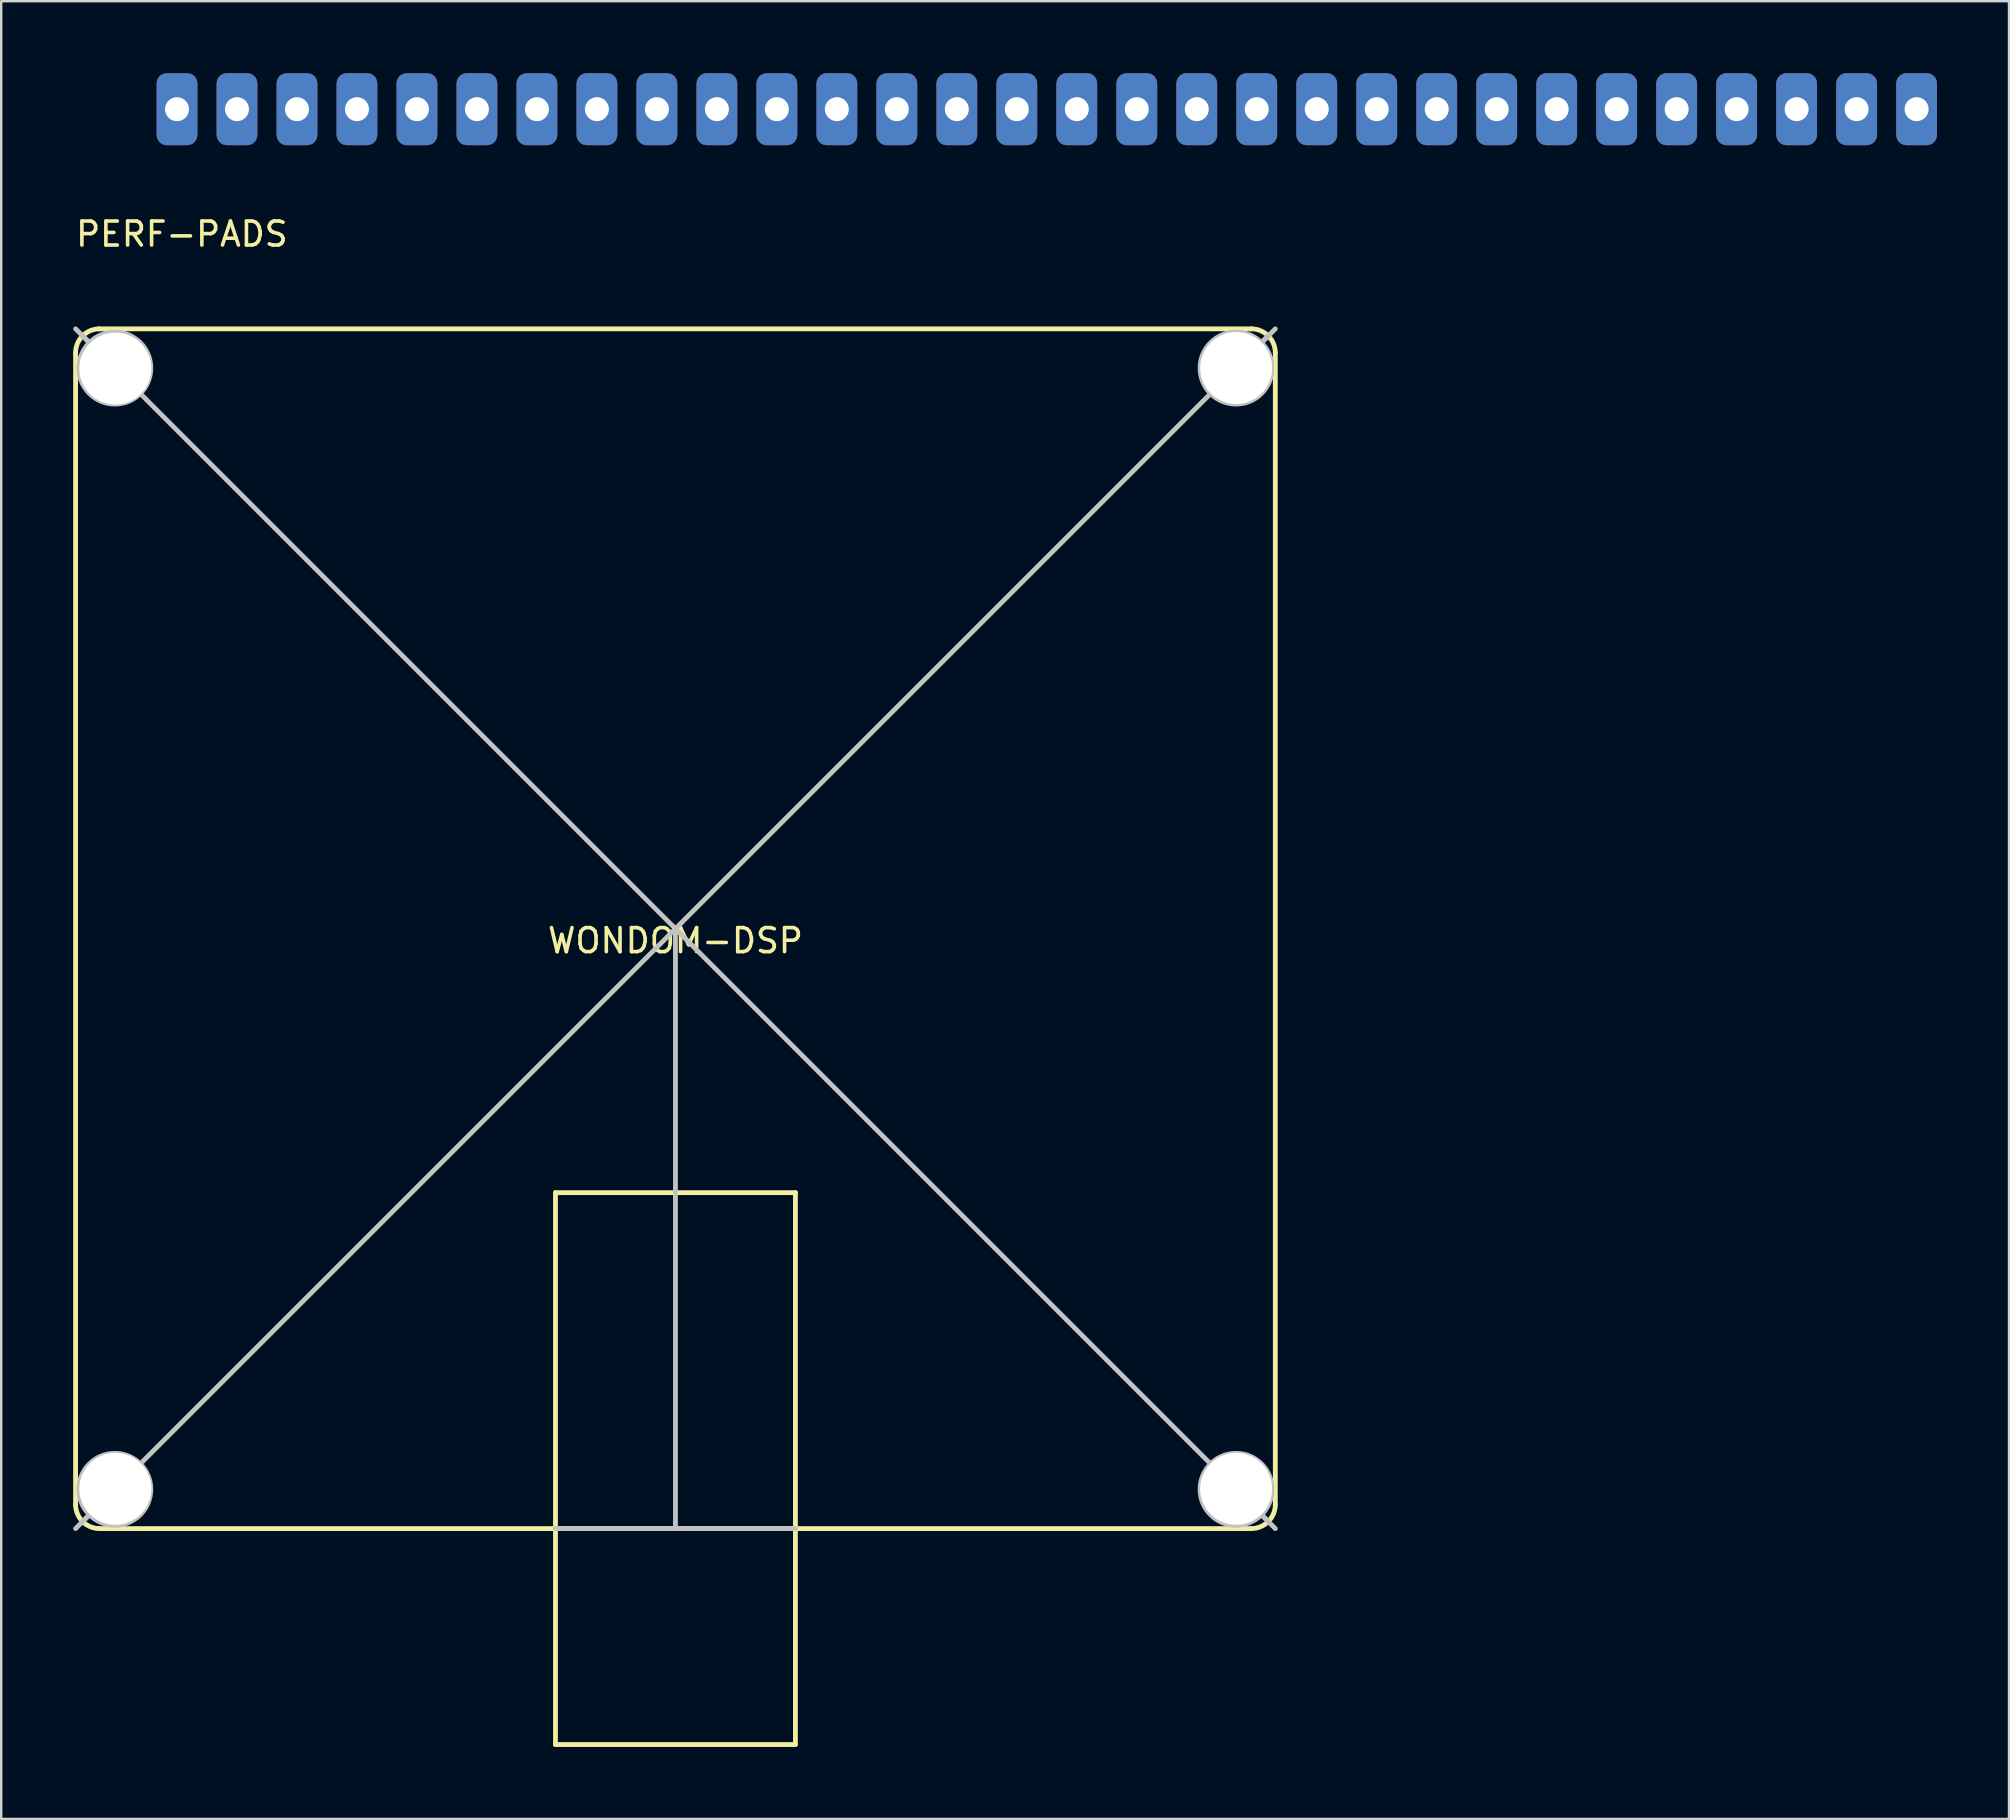
<source format=kicad_pcb>
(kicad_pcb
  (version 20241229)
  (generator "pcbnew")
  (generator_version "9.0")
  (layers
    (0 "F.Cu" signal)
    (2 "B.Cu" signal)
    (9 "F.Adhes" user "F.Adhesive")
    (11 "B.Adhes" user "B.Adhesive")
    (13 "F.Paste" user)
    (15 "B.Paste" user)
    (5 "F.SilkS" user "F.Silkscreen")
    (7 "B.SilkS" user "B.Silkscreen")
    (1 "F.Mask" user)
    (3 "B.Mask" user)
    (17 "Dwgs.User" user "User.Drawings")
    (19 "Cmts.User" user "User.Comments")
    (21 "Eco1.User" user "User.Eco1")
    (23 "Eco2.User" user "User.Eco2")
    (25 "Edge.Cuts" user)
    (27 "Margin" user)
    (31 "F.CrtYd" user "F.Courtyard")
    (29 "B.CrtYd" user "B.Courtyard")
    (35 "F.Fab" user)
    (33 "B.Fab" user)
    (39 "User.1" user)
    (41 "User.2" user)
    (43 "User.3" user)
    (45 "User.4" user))
  (footprint "PERF-PADS"
    (layer "F.Cu")
    (at 4.327 1.5)
    (property "Reference" "PERF-PADS" (at 0.203 5.207 0) (layer "F.SilkS") (effects (font (size 1 1) (thickness 0.15))))
    (attr through_hole)
    (pad "1" thru_hole roundrect (at 0 0) (size 1.7 3) (drill 1) (layers "*.Cu" "*.Mask") (roundrect_rratio 0.25))
    (pad "2" thru_hole roundrect (at 2.5 0) (size 1.7 3) (drill 1) (layers "*.Cu" "*.Mask") (roundrect_rratio 0.25))
    (pad "3" thru_hole roundrect (at 5 0) (size 1.7 3) (drill 1) (layers "*.Cu" "*.Mask") (roundrect_rratio 0.25))
    (pad "4" thru_hole roundrect (at 7.5 0) (size 1.7 3) (drill 1) (layers "*.Cu" "*.Mask") (roundrect_rratio 0.25))
    (pad "5" thru_hole roundrect (at 10 0) (size 1.7 3) (drill 1) (layers "*.Cu" "*.Mask") (roundrect_rratio 0.25))
    (pad "6" thru_hole roundrect (at 12.5 0) (size 1.7 3) (drill 1) (layers "*.Cu" "*.Mask") (roundrect_rratio 0.25))
    (pad "7" thru_hole roundrect (at 15 0) (size 1.7 3) (drill 1) (layers "*.Cu" "*.Mask") (roundrect_rratio 0.25))
    (pad "8" thru_hole roundrect (at 17.5 0) (size 1.7 3) (drill 1) (layers "*.Cu" "*.Mask") (roundrect_rratio 0.25))
    (pad "9" thru_hole roundrect (at 20 0) (size 1.7 3) (drill 1) (layers "*.Cu" "*.Mask") (roundrect_rratio 0.25))
    (pad "10" thru_hole roundrect (at 22.5 0) (size 1.7 3) (drill 1) (layers "*.Cu" "*.Mask") (roundrect_rratio 0.25))
    (pad "11" thru_hole roundrect (at 25 0) (size 1.7 3) (drill 1) (layers "*.Cu" "*.Mask") (roundrect_rratio 0.25))
    (pad "12" thru_hole roundrect (at 27.5 0) (size 1.7 3) (drill 1) (layers "*.Cu" "*.Mask") (roundrect_rratio 0.25))
    (pad "13" thru_hole roundrect (at 30 0) (size 1.7 3) (drill 1) (layers "*.Cu" "*.Mask") (roundrect_rratio 0.25))
    (pad "14" thru_hole roundrect (at 32.5 0) (size 1.7 3) (drill 1) (layers "*.Cu" "*.Mask") (roundrect_rratio 0.25))
    (pad "15" thru_hole roundrect (at 35 0) (size 1.7 3) (drill 1) (layers "*.Cu" "*.Mask") (roundrect_rratio 0.25))
    (pad "16" thru_hole roundrect (at 37.5 0) (size 1.7 3) (drill 1) (layers "*.Cu" "*.Mask") (roundrect_rratio 0.25))
    (pad "17" thru_hole roundrect (at 40 0) (size 1.7 3) (drill 1) (layers "*.Cu" "*.Mask") (roundrect_rratio 0.25))
    (pad "18" thru_hole roundrect (at 42.5 0) (size 1.7 3) (drill 1) (layers "*.Cu" "*.Mask") (roundrect_rratio 0.25))
    (pad "19" thru_hole roundrect (at 45 0) (size 1.7 3) (drill 1) (layers "*.Cu" "*.Mask") (roundrect_rratio 0.25))
    (pad "20" thru_hole roundrect (at 47.5 0) (size 1.7 3) (drill 1) (layers "*.Cu" "*.Mask") (roundrect_rratio 0.25))
    (pad "21" thru_hole roundrect (at 50 0) (size 1.7 3) (drill 1) (layers "*.Cu" "*.Mask") (roundrect_rratio 0.25))
    (pad "22" thru_hole roundrect (at 52.5 0) (size 1.7 3) (drill 1) (layers "*.Cu" "*.Mask") (roundrect_rratio 0.25))
    (pad "23" thru_hole roundrect (at 55 0) (size 1.7 3) (drill 1) (layers "*.Cu" "*.Mask") (roundrect_rratio 0.25))
    (pad "24" thru_hole roundrect (at 57.5 0) (size 1.7 3) (drill 1) (layers "*.Cu" "*.Mask") (roundrect_rratio 0.25))
    (pad "25" thru_hole roundrect (at 60 0) (size 1.7 3) (drill 1) (layers "*.Cu" "*.Mask") (roundrect_rratio 0.25))
    (pad "26" thru_hole roundrect (at 62.5 0) (size 1.7 3) (drill 1) (layers "*.Cu" "*.Mask") (roundrect_rratio 0.25))
    (pad "27" thru_hole roundrect (at 65 0) (size 1.7 3) (drill 1) (layers "*.Cu" "*.Mask") (roundrect_rratio 0.25))
    (pad "28" thru_hole roundrect (at 67.5 0) (size 1.7 3) (drill 1) (layers "*.Cu" "*.Mask") (roundrect_rratio 0.25))
    (pad "29" thru_hole roundrect (at 70 0) (size 1.7 3) (drill 1) (layers "*.Cu" "*.Mask") (roundrect_rratio 0.25))
    (pad "30" thru_hole roundrect (at 72.5 0) (size 1.7 3) (drill 1) (layers "*.Cu" "*.Mask") (roundrect_rratio 0.25)))
  (footprint "WONDOM-DSP"
    (layer "F.Cu")
    (at 25.1 35.655)
    (property "Reference" "WONDOM-DSP" (at 0 0.5 0) (layer "F.SilkS") (effects (font (size 1 1) (thickness 0.15))))
    (attr through_hole)
    (fp_line (start -25 -24) (end -25 24) (stroke (width 0.2) (type solid)) (layer "F.SilkS"))
    (fp_line (start -24 25) (end 24 25) (stroke (width 0.2) (type solid)) (layer "F.SilkS"))
    (fp_line (start -5 11) (end -5 25) (stroke (width 0.2) (type solid)) (layer "F.SilkS"))
    (fp_line (start -5 25) (end -5 34) (stroke (width 0.2) (type solid)) (layer "F.SilkS"))
    (fp_line (start -5 34) (end 5 34) (stroke (width 0.2) (type solid)) (layer "F.SilkS"))
    (fp_line (start 5 11) (end -5 11) (stroke (width 0.2) (type solid)) (layer "F.SilkS"))
    (fp_line (start 5 25) (end 5 11) (stroke (width 0.2) (type solid)) (layer "F.SilkS"))
    (fp_line (start 5 34) (end 5 25) (stroke (width 0.2) (type solid)) (layer "F.SilkS"))
    (fp_line (start 24 -25) (end -24 -25) (stroke (width 0.2) (type solid)) (layer "F.SilkS"))
    (fp_line (start 25 24) (end 25 -24) (stroke (width 0.2) (type solid)) (layer "F.SilkS"))
    (fp_arc (start -25 -24) (mid -24.707107 -24.707107) (end -24 -25) (stroke (width 0.2) (type solid)) (layer "F.SilkS"))
    (fp_arc (start -24 25) (mid -24.707107 24.707107) (end -25 24) (stroke (width 0.2) (type solid)) (layer "F.SilkS"))
    (fp_arc (start 24 -25) (mid 24.707107 -24.707107) (end 25 -24) (stroke (width 0.2) (type solid)) (layer "F.SilkS"))
    (fp_arc (start 25 24) (mid 24.707107 24.707107) (end 24 25) (stroke (width 0.2) (type solid)) (layer "F.SilkS"))
    (fp_line (start -25 25) (end 25 -25) (stroke (width 0.2) (type solid)) (layer "Dwgs.User"))
    (fp_line (start -24.707 -24.707) (end -23.364 -23.364) (stroke (width 0.2) (type solid)) (layer "Dwgs.User"))
    (fp_line (start -24.707 24.707) (end -23.364 23.364) (stroke (width 0.2) (type solid)) (layer "Dwgs.User"))
    (fp_line (start -5 25) (end 5 25) (stroke (width 0.2) (type solid)) (layer "Dwgs.User"))
    (fp_line (start 0 0) (end 0 25) (stroke (width 0.2) (type solid)) (layer "Dwgs.User"))
    (fp_line (start 5 25) (end -5 25) (stroke (width 0.2) (type solid)) (layer "Dwgs.User"))
    (fp_line (start 24.707 -24.707) (end 23.364 -23.364) (stroke (width 0.2) (type solid)) (layer "Dwgs.User"))
    (fp_line (start 24.707 24.707) (end 23.364 23.364) (stroke (width 0.2) (type solid)) (layer "Dwgs.User"))
    (fp_line (start 25 25) (end -25 -25) (stroke (width 0.2) (type solid)) (layer "Dwgs.User"))
    (fp_circle (center -23.364 -23.364) (end -21.864 -23.364) (stroke (width 0.2) (type solid)) (fill no) (layer "Dwgs.User"))
    (fp_circle (center -23.364 23.364) (end -21.864 23.364) (stroke (width 0.2) (type solid)) (fill no) (layer "Dwgs.User"))
    (fp_circle (center 23.364 -23.364) (end 24.864 -23.364) (stroke (width 0.2) (type solid)) (fill no) (layer "Dwgs.User"))
    (fp_circle (center 23.364 23.364) (end 24.864 23.364) (stroke (width 0.2) (type solid)) (fill no) (layer "Dwgs.User"))
    (pad "" np_thru_hole circle (at -23.343 -23.343) (size 3 3) (drill 3) (layers "*.Cu" "*.Mask"))
    (pad "" np_thru_hole circle (at -23.343 23.343) (size 3 3) (drill 3) (layers "*.Cu" "*.Mask"))
    (pad "" np_thru_hole circle (at 23.368 -23.368) (size 3 3) (drill 3) (layers "*.Cu" "*.Mask"))
    (pad "" np_thru_hole circle (at 23.368 23.343) (size 3 3) (drill 3) (layers "*.Cu" "*.Mask")))
  (gr_rect
    (start -3 -3)
    (end 80.677 72.755)
    (stroke (width 0.1) (type default))
    (fill no)
    (layer "Edge.Cuts")))
</source>
